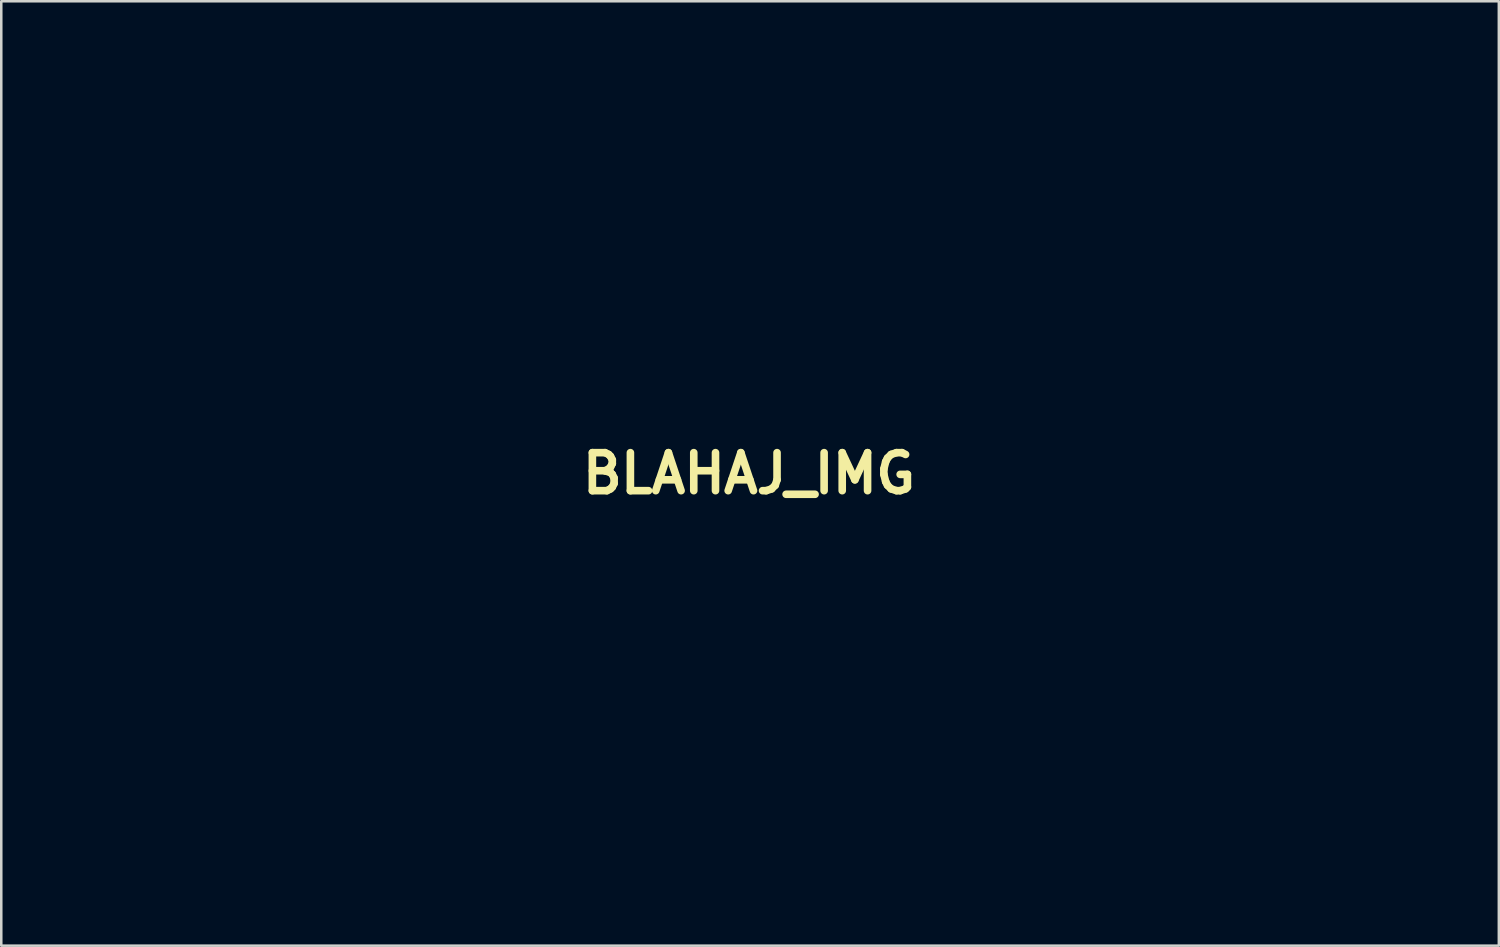
<source format=kicad_pcb>
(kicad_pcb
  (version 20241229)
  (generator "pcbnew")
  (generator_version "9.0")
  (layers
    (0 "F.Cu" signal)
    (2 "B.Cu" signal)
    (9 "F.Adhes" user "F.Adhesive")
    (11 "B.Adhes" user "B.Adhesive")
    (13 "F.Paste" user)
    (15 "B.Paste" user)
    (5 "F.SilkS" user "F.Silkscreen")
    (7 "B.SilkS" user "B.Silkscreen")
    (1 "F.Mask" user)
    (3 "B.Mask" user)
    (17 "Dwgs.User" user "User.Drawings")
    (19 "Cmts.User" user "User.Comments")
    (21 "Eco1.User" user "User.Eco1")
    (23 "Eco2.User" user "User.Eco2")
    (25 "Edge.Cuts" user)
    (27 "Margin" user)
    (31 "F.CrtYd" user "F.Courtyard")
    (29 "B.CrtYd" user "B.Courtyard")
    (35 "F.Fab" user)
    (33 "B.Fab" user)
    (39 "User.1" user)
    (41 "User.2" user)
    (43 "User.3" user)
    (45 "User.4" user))
  (footprint "BLAHAJ_IMG"
    (layer "F.Cu")
    (at 26.501 15.631)
    (property "Reference" "BLAHAJ_IMG" (at 0 0 0) (layer "F.SilkS") (effects (font (size 1.5 1.5) (thickness 0.3))))
    (attr board_only exclude_from_pos_files exclude_from_bom)
    (fp_poly (pts (xy -22.267 -3.653) (xy -22.267 -2.039) (xy -22.818 -2.039) (xy -23.368 -2.039) (xy -23.368 -3.653) (xy -23.368 -5.267) (xy -22.818 -5.267) (xy -22.267 -5.267)) (stroke (width 0) (type solid)) (fill yes) (layer "F.Mask"))
    (fp_poly (pts (xy -15.557 2.056) (xy -15.028 2.081) (xy -15.003 2.612) (xy -14.978 3.143) (xy -15.532 3.143) (xy -16.087 3.143) (xy -16.087 2.587) (xy -16.087 2.031)) (stroke (width 0) (type solid)) (fill yes) (layer "F.Mask"))
    (fp_poly (pts (xy -10.922 -5.734) (xy -10.922 -5.182) (xy -11.43 -5.182) (xy -11.938 -5.182) (xy -11.938 -5.734) (xy -11.938 -6.286) (xy -11.43 -6.286) (xy -10.922 -6.286)) (stroke (width 0) (type solid)) (fill yes) (layer "F.Mask"))
    (fp_poly (pts (xy -8.805 7.815) (xy -8.805 8.325) (xy -9.313 8.325) (xy -9.821 8.325) (xy -9.821 7.815) (xy -9.821 7.306) (xy -9.313 7.306) (xy -8.805 7.306)) (stroke (width 0) (type solid)) (fill yes) (layer "F.Mask"))
    (fp_poly (pts (xy -2.54 6.796) (xy -2.54 7.306) (xy -5.122 7.306) (xy -7.705 7.306) (xy -7.705 6.796) (xy -7.705 6.286) (xy -5.122 6.286) (xy -2.54 6.286)) (stroke (width 0) (type solid)) (fill yes) (layer "F.Mask"))
    (fp_poly (pts (xy 0.508 -11.978) (xy 0.508 -11.468) (xy 0 -11.468) (xy -0.508 -11.468) (xy -0.508 -11.978) (xy -0.508 -12.488) (xy 0 -12.488) (xy 0.508 -12.488)) (stroke (width 0) (type solid)) (fill yes) (layer "F.Mask"))
    (fp_poly (pts (xy 16.154 6.775) (xy 16.129 7.263) (xy 14.076 7.286) (xy 12.023 7.309) (xy 12.023 6.797) (xy 12.023 6.286) (xy 14.101 6.286) (xy 16.18 6.286)) (stroke (width 0) (type solid)) (fill yes) (layer "F.Mask"))
    (fp_poly (pts (xy 23.453 5.777) (xy 23.453 6.286) (xy 22.945 6.286) (xy 22.437 6.286) (xy 22.437 5.777) (xy 22.437 5.267) (xy 22.945 5.267) (xy 23.453 5.267)) (stroke (width 0) (type solid)) (fill yes) (layer "F.Mask"))
    (fp_poly (pts (xy 19.791 8.341) (xy 20.278 8.368) (xy 20.278 8.877) (xy 20.278 9.387) (xy 19.851 9.412) (xy 19.595 9.415) (xy 19.412 9.396) (xy 19.364 9.377) (xy 19.332 9.265) (xy 19.31 9.038) (xy 19.304 8.816) (xy 19.304 8.315)) (stroke (width 0) (type solid)) (fill yes) (layer "F.Mask"))
    (fp_poly (pts (xy -16.312 1.025) (xy -16.159 1.051) (xy -16.094 1.113) (xy -16.08 1.211) (xy -16.064 1.454) (xy -16.049 1.614) (xy -16.043 1.835) (xy -16.109 1.964) (xy -16.277 2.023) (xy -16.58 2.039) (xy -16.604 2.039) (xy -17.103 2.039) (xy -17.103 1.529) (xy -17.103 1.019) (xy -16.595 1.019)) (stroke (width 0) (type solid)) (fill yes) (layer "F.Mask"))
    (fp_poly (pts (xy -1.524 -14.106) (xy -1.524 -13.592) (xy -1.016 -13.592) (xy -0.508 -13.592) (xy -0.508 -13.04) (xy -0.508 -12.488) (xy -1.016 -12.488) (xy -1.524 -12.488) (xy -1.524 -12.993) (xy -1.524 -13.499) (xy -2.053 -13.524) (xy -2.582 -13.549) (xy -2.582 -14.059) (xy -2.582 -14.569) (xy -2.053 -14.594) (xy -1.524 -14.619)) (stroke (width 0) (type solid)) (fill yes) (layer "F.Mask"))
    (fp_poly (pts (xy 22.352 6.796) (xy 22.352 7.306) (xy 21.844 7.306) (xy 21.336 7.306) (xy 21.336 7.815) (xy 21.336 8.325) (xy 20.828 8.325) (xy 20.32 8.325) (xy 20.32 7.815) (xy 20.32 7.306) (xy 20.828 7.306) (xy 21.336 7.306) (xy 21.336 6.796) (xy 21.336 6.286) (xy 21.844 6.286) (xy 22.352 6.286)) (stroke (width 0) (type solid)) (fill yes) (layer "F.Mask"))
    (fp_poly (pts (xy 24.469 -1.533) (xy 24.469 -1.019) (xy 24.977 -1.019) (xy 25.485 -1.019) (xy 25.485 -0.51) (xy 25.485 0) (xy 24.977 0) (xy 24.469 0) (xy 24.469 -0.506) (xy 24.469 -1.011) (xy 23.949 -1.037) (xy 23.429 -1.062) (xy 23.429 -1.529) (xy 23.429 -1.996) (xy 23.949 -2.022) (xy 24.469 -2.047)) (stroke (width 0) (type solid)) (fill yes) (layer "F.Mask"))
    (fp_poly (pts (xy -6.706 8.845) (xy -6.696 9.116) (xy -6.716 9.264) (xy -6.788 9.334) (xy -6.933 9.372) (xy -6.949 9.376) (xy -7.157 9.4) (xy -7.477 9.419) (xy -7.848 9.429) (xy -7.972 9.429) (xy -8.364 9.422) (xy -8.612 9.397) (xy -8.741 9.35) (xy -8.771 9.312) (xy -8.792 9.162) (xy -8.795 8.915) (xy -8.789 8.782) (xy -8.763 8.368) (xy -7.747 8.368) (xy -6.731 8.368)) (stroke (width 0) (type solid)) (fill yes) (layer "F.Mask"))
    (fp_poly (pts (xy -17.103 0.51) (xy -17.103 1.019) (xy -18.669 1.019) (xy -20.235 1.019) (xy -20.235 1.529) (xy -20.235 2.039) (xy -20.743 2.039) (xy -21.069 2.055) (xy -21.235 2.104) (xy -21.261 2.145) (xy -21.268 2.288) (xy -21.278 2.531) (xy -21.282 2.676) (xy -21.294 3.101) (xy -21.823 3.126) (xy -22.352 3.151) (xy -22.352 2.595) (xy -22.352 2.039) (xy -21.844 2.039) (xy -21.336 2.039) (xy -21.336 1.529) (xy -21.336 1.019) (xy -20.786 1.019) (xy -20.235 1.019) (xy -20.235 0.51) (xy -20.235 0) (xy -18.669 0) (xy -17.103 0)) (stroke (width 0) (type solid)) (fill yes) (layer "F.Mask"))
    (fp_poly (pts (xy 13.039 3.629) (xy 13.039 4.163) (xy 13.595 4.163) (xy 14.152 4.163) (xy 14.135 3.717) (xy 14.127 3.447) (xy 14.126 3.246) (xy 14.129 3.184) (xy 14.212 3.138) (xy 14.418 3.109) (xy 14.626 3.103) (xy 15.113 3.108) (xy 15.137 4.188) (xy 15.16 5.267) (xy 13.589 5.267) (xy 13.007 5.264) (xy 12.575 5.255) (xy 12.274 5.239) (xy 12.087 5.213) (xy 11.993 5.178) (xy 11.975 5.156) (xy 11.96 5.03) (xy 11.951 4.773) (xy 11.95 4.425) (xy 11.956 4.072) (xy 11.98 3.101) (xy 12.509 3.098) (xy 13.039 3.095)) (stroke (width 0) (type solid)) (fill yes) (layer "F.Mask"))
    (fp_poly (pts (xy -8.789 13.019) (xy -8.763 13.465) (xy -8.255 13.507) (xy -7.747 13.549) (xy -7.722 14.08) (xy -7.697 14.611) (xy -4.61 14.611) (xy -1.524 14.611) (xy -1.524 14.054) (xy -1.524 13.497) (xy -0.529 13.523) (xy 0.466 13.549) (xy 0.491 14.08) (xy 0.516 14.611) (xy -0.504 14.611) (xy -1.524 14.611) (xy -1.524 15.121) (xy -1.524 15.631) (xy -4.61 15.631) (xy -7.696 15.631) (xy -7.722 15.142) (xy -7.747 14.654) (xy -8.276 14.629) (xy -8.805 14.603) (xy -8.805 14.098) (xy -8.805 13.592) (xy -9.313 13.592) (xy -9.821 13.592) (xy -9.821 13.082) (xy -9.821 12.573) (xy -9.317 12.573) (xy -8.814 12.573)) (stroke (width 0) (type solid)) (fill yes) (layer "F.Mask"))
    (fp_poly (pts (xy -14.429 3.094) (xy -14.012 3.126) (xy -13.987 3.644) (xy -13.962 4.163) (xy -13.458 4.163) (xy -12.954 4.163) (xy -12.954 4.671) (xy -12.954 5.179) (xy -10.351 5.202) (xy -7.747 5.224) (xy -7.735 5.713) (xy -7.723 6.201) (xy -8.772 6.201) (xy -9.821 6.201) (xy -9.821 6.754) (xy -9.821 7.306) (xy -10.329 7.306) (xy -10.837 7.306) (xy -10.837 6.796) (xy -10.837 6.286) (xy -11.896 6.286) (xy -12.954 6.286) (xy -12.954 5.734) (xy -12.954 5.182) (xy -13.462 5.182) (xy -13.97 5.182) (xy -13.97 4.672) (xy -13.97 4.163) (xy -14.478 4.163) (xy -14.759 4.159) (xy -14.912 4.134) (xy -14.976 4.071) (xy -14.992 3.952) (xy -14.993 3.929) (xy -15.005 3.653) (xy -15.017 3.457) (xy -14.999 3.244) (xy -14.89 3.126) (xy -14.664 3.085)) (stroke (width 0) (type solid)) (fill yes) (layer "F.Mask"))
    (fp_poly (pts (xy -23.869 -2.022) (xy -23.355 -1.996) (xy -23.355 -1.019) (xy -23.355 -0.042) (xy -23.869 -0.017) (xy -24.384 0.008) (xy -24.384 1.066) (xy -24.384 2.124) (xy -24.892 2.124) (xy -25.4 2.124) (xy -25.4 3.143) (xy -25.4 4.163) (xy -24.384 4.163) (xy -23.368 4.163) (xy -23.368 3.624) (xy -23.368 3.085) (xy -22.966 3.106) (xy -22.704 3.12) (xy -22.507 3.132) (xy -22.458 3.135) (xy -22.391 3.216) (xy -22.357 3.452) (xy -22.352 3.653) (xy -22.352 4.163) (xy -22.86 4.163) (xy -23.368 4.163) (xy -23.368 4.672) (xy -23.368 5.182) (xy -24.934 5.182) (xy -26.501 5.182) (xy -26.501 3.653) (xy -26.501 2.124) (xy -25.95 2.124) (xy -25.4 2.124) (xy -25.4 1.062) (xy -25.4 0) (xy -24.892 0) (xy -24.384 0) (xy -24.384 -1.023) (xy -24.384 -2.047)) (stroke (width 0) (type solid)) (fill yes) (layer "F.Mask"))
    (fp_poly (pts (xy -1.524 8.368) (xy -1.524 9.429) (xy -2.032 9.429) (xy -2.54 9.429) (xy -2.54 9.939) (xy -2.54 10.449) (xy -3.044 10.449) (xy -3.548 10.449) (xy -3.573 10.979) (xy -3.598 11.508) (xy -4.064 11.512) (xy -4.412 11.517) (xy -4.822 11.526) (xy -5.101 11.534) (xy -5.673 11.553) (xy -5.673 12.063) (xy -5.673 12.573) (xy -7.243 12.573) (xy -8.813 12.573) (xy -8.788 12.042) (xy -8.763 11.511) (xy -7.218 11.488) (xy -5.673 11.464) (xy -5.673 10.957) (xy -5.673 10.449) (xy -6.181 10.449) (xy -6.689 10.449) (xy -6.689 9.939) (xy -6.689 9.429) (xy -5.673 9.429) (xy -4.657 9.429) (xy -4.657 9.939) (xy -4.657 10.449) (xy -4.106 10.449) (xy -3.556 10.449) (xy -3.556 9.939) (xy -3.556 9.429) (xy -3.048 9.429) (xy -2.54 9.429) (xy -2.54 8.368) (xy -2.54 7.306) (xy -2.032 7.306) (xy -1.524 7.306)) (stroke (width 0) (type solid)) (fill yes) (layer "F.Mask"))
    (fp_poly (pts (xy -2.54 -15.121) (xy -2.54 -14.611) (xy -3.556 -14.611) (xy -4.572 -14.611) (xy -4.572 -12.53) (xy -4.572 -10.449) (xy -4.064 -10.449) (xy -3.556 -10.449) (xy -3.556 -7.815) (xy -3.556 -5.182) (xy -4.06 -5.182) (xy -4.564 -5.182) (xy -4.589 -4.693) (xy -4.614 -4.205) (xy -5.648 -4.181) (xy -6.681 -4.157) (xy -6.706 -3.629) (xy -6.731 -3.101) (xy -8.276 -3.085) (xy -9.821 -3.069) (xy -9.821 -3.616) (xy -9.821 -4.163) (xy -10.372 -4.163) (xy -10.922 -4.163) (xy -10.922 -4.672) (xy -10.922 -5.182) (xy -10.372 -5.182) (xy -9.821 -5.182) (xy -9.821 -4.672) (xy -9.821 -4.163) (xy -8.255 -4.163) (xy -6.689 -4.163) (xy -6.689 -4.672) (xy -6.689 -5.182) (xy -5.673 -5.182) (xy -4.657 -5.182) (xy -4.657 -7.815) (xy -4.657 -10.449) (xy -5.165 -10.449) (xy -5.673 -10.449) (xy -5.673 -13.04) (xy -5.673 -15.631) (xy -4.106 -15.631) (xy -2.54 -15.631)) (stroke (width 0) (type solid)) (fill yes) (layer "F.Mask"))
    (fp_poly (pts (xy 1.609 -10.959) (xy 1.609 -10.449) (xy 2.117 -10.449) (xy 2.625 -10.449) (xy 2.625 -9.387) (xy 2.625 -8.325) (xy 3.133 -8.325) (xy 3.641 -8.325) (xy 3.641 -7.306) (xy 3.641 -6.286) (xy 7.281 -6.286) (xy 10.922 -6.286) (xy 10.922 -5.734) (xy 10.922 -5.182) (xy 14.563 -5.182) (xy 18.203 -5.182) (xy 18.203 -4.672) (xy 18.203 -4.163) (xy 20.273 -4.163) (xy 22.344 -4.163) (xy 22.369 -3.674) (xy 22.394 -3.186) (xy 22.924 -3.16) (xy 23.453 -3.135) (xy 23.453 -2.587) (xy 23.453 -2.039) (xy 22.959 -2.039) (xy 22.683 -2.048) (xy 22.48 -2.071) (xy 22.408 -2.095) (xy 22.377 -2.205) (xy 22.357 -2.429) (xy 22.352 -2.626) (xy 22.352 -3.101) (xy 20.299 -3.101) (xy 18.246 -3.101) (xy 18.22 -3.632) (xy 18.195 -4.163) (xy 14.559 -4.163) (xy 10.922 -4.163) (xy 10.922 -4.671) (xy 10.922 -5.18) (xy 7.303 -5.202) (xy 3.683 -5.224) (xy 3.658 -5.709) (xy 3.632 -6.193) (xy 3.15 -6.218) (xy 2.667 -6.244) (xy 2.643 -7.28) (xy 2.62 -8.317) (xy 2.109 -8.342) (xy 1.598 -8.368) (xy 1.582 -9.387) (xy 1.566 -10.406) (xy 1.037 -10.432) (xy 0.508 -10.457) (xy 0.508 -10.963) (xy 0.508 -11.468) (xy 1.058 -11.468) (xy 1.609 -11.468)) (stroke (width 0) (type solid)) (fill yes) (layer "F.Mask"))
    (fp_poly (pts (xy 26.585 1.015) (xy 26.585 2.031) (xy 26.056 2.056) (xy 25.527 2.081) (xy 25.503 3.122) (xy 25.479 4.163) (xy 24.974 4.163) (xy 24.469 4.163) (xy 24.469 4.672) (xy 24.469 5.182) (xy 23.961 5.182) (xy 23.453 5.182) (xy 23.453 4.672) (xy 23.453 4.163) (xy 22.394 4.163) (xy 21.336 4.163) (xy 21.336 4.672) (xy 21.336 5.182) (xy 19.77 5.182) (xy 18.203 5.182) (xy 18.203 5.692) (xy 18.203 6.201) (xy 17.187 6.201) (xy 16.171 6.201) (xy 16.171 5.692) (xy 16.171 5.182) (xy 17.183 5.182) (xy 18.195 5.182) (xy 18.22 4.693) (xy 18.246 4.205) (xy 19.791 4.182) (xy 21.336 4.159) (xy 21.336 3.927) (xy 23.442 3.927) (xy 23.444 4.087) (xy 23.445 4.099) (xy 23.526 4.132) (xy 23.73 4.156) (xy 23.961 4.163) (xy 24.469 4.163) (xy 24.469 3.632) (xy 24.469 3.101) (xy 23.997 3.114) (xy 23.733 3.126) (xy 23.55 3.143) (xy 23.496 3.157) (xy 23.479 3.247) (xy 23.462 3.446) (xy 23.449 3.693) (xy 23.442 3.927) (xy 21.336 3.927) (xy 21.336 3.651) (xy 21.336 3.143) (xy 22.394 3.143) (xy 23.453 3.143) (xy 23.453 2.591) (xy 23.453 2.039) (xy 23.961 2.039) (xy 24.469 2.039) (xy 24.469 1.529) (xy 24.469 1.019) (xy 24.977 1.019) (xy 25.485 1.019) (xy 25.485 0.51) (xy 25.485 0) (xy 26.035 0) (xy 26.585 0)) (stroke (width 0) (type solid)) (fill yes) (layer "F.Mask"))
    (fp_poly (pts (xy -22.352 -10.963) (xy -22.352 -10.457) (xy -21.823 -10.432) (xy -21.294 -10.406) (xy -21.294 -9.906) (xy -21.294 -9.405) (xy -20.786 -9.396) (xy -20.278 -9.387) (xy -20.252 -8.856) (xy -20.227 -8.325) (xy -19.723 -8.325) (xy -19.219 -8.325) (xy -19.219 -7.815) (xy -19.219 -7.306) (xy -18.711 -7.306) (xy -18.203 -7.306) (xy -18.203 -6.8) (xy -18.203 -6.294) (xy -17.674 -6.269) (xy -17.145 -6.244) (xy -17.12 -5.713) (xy -17.095 -5.182) (xy -16.591 -5.182) (xy -16.087 -5.182) (xy -16.087 -4.672) (xy -16.087 -4.163) (xy -15.028 -4.163) (xy -13.97 -4.163) (xy -13.97 -5.734) (xy -13.97 -7.306) (xy -12.954 -7.306) (xy -11.938 -7.306) (xy -11.938 -6.796) (xy -11.938 -6.286) (xy -12.446 -6.286) (xy -12.954 -6.286) (xy -12.954 -4.682) (xy -12.954 -3.077) (xy -14.52 -3.077) (xy -16.087 -3.076) (xy -16.087 -3.615) (xy -16.087 -4.154) (xy -16.616 -4.18) (xy -17.145 -4.205) (xy -17.17 -4.689) (xy -17.196 -5.174) (xy -17.678 -5.199) (xy -18.161 -5.224) (xy -18.186 -5.709) (xy -18.212 -6.193) (xy -18.694 -6.218) (xy -19.177 -6.244) (xy -19.202 -6.775) (xy -19.227 -7.306) (xy -19.731 -7.306) (xy -20.235 -7.306) (xy -20.235 -7.811) (xy -20.235 -8.317) (xy -20.765 -8.342) (xy -21.294 -8.368) (xy -21.319 -8.852) (xy -21.344 -9.336) (xy -21.827 -9.362) (xy -22.31 -9.387) (xy -22.335 -9.918) (xy -22.36 -10.449) (xy -23.88 -10.449) (xy -25.4 -10.449) (xy -25.4 -9.429) (xy -25.4 -8.41) (xy -24.892 -8.41) (xy -24.384 -8.41) (xy -24.384 -7.858) (xy -24.384 -7.306) (xy -23.855 -7.306) (xy -23.326 -7.305) (xy -23.341 -6.392) (xy -23.348 -6.008) (xy -23.354 -5.682) (xy -23.359 -5.455) (xy -23.362 -5.373) (xy -23.44 -5.306) (xy -23.671 -5.272) (xy -23.876 -5.267) (xy -24.384 -5.267) (xy -24.384 -6.286) (xy -24.384 -7.306) (xy -24.888 -7.306) (xy -25.392 -7.306) (xy -25.417 -7.837) (xy -25.442 -8.368) (xy -25.971 -8.393) (xy -26.501 -8.418) (xy -26.501 -9.943) (xy -26.501 -11.468) (xy -24.426 -11.468) (xy -22.352 -11.468)) (stroke (width 0) (type solid)) (fill yes) (layer "F.Mask"))
    (fp_poly (pts (xy 4.741 4.672) (xy 4.741 5.182) (xy 5.249 5.182) (xy 5.757 5.182) (xy 5.757 4.672) (xy 5.757 4.163) (xy 6.289 4.163) (xy 6.82 4.163) (xy 6.818 4.651) (xy 6.816 5.139) (xy 7.303 5.165) (xy 7.789 5.19) (xy 7.789 4.676) (xy 7.789 4.163) (xy 8.34 4.163) (xy 8.89 4.163) (xy 8.89 4.672) (xy 8.89 5.182) (xy 9.398 5.182) (xy 9.906 5.182) (xy 9.906 6.244) (xy 9.906 7.306) (xy 10.922 7.306) (xy 11.938 7.306) (xy 11.938 7.815) (xy 11.938 8.325) (xy 8.297 8.325) (xy 4.657 8.325) (xy 4.657 8.835) (xy 4.657 9.344) (xy 4.149 9.344) (xy 3.641 9.344) (xy 3.641 10.406) (xy 3.641 11.468) (xy 8.843 11.468) (xy 14.046 11.468) (xy 14.072 10.98) (xy 14.097 10.491) (xy 15.642 10.468) (xy 17.187 10.445) (xy 17.187 9.937) (xy 17.187 9.429) (xy 18.25 9.429) (xy 19.312 9.429) (xy 19.287 9.918) (xy 19.262 10.406) (xy 18.224 10.43) (xy 17.187 10.454) (xy 17.187 10.961) (xy 17.187 11.468) (xy 15.621 11.468) (xy 14.055 11.468) (xy 14.055 11.978) (xy 14.055 12.488) (xy 8.34 12.488) (xy 2.625 12.488) (xy 2.625 13.04) (xy 2.625 13.592) (xy 1.566 13.592) (xy 0.508 13.592) (xy 0.508 13.04) (xy 0.508 12.488) (xy 1.564 12.488) (xy 2.621 12.488) (xy 2.644 10.945) (xy 2.667 9.403) (xy 3.133 9.395) (xy 3.598 9.387) (xy 3.641 8.877) (xy 3.683 8.368) (xy 4.191 8.325) (xy 4.699 8.283) (xy 4.722 6.779) (xy 4.73 6.286) (xy 5.757 6.286) (xy 5.757 7.306) (xy 6.265 7.306) (xy 6.773 7.306) (xy 6.773 6.286) (xy 7.874 6.286) (xy 7.874 7.306) (xy 8.382 7.306) (xy 8.89 7.306) (xy 8.89 6.286) (xy 8.89 5.267) (xy 8.382 5.267) (xy 7.874 5.267) (xy 7.874 6.286) (xy 6.773 6.286) (xy 6.773 5.267) (xy 6.265 5.267) (xy 5.757 5.267) (xy 5.757 6.286) (xy 4.73 6.286) (xy 4.745 5.275) (xy 4.214 5.25) (xy 3.683 5.224) (xy 3.658 4.693) (xy 3.633 4.163) (xy 4.187 4.163) (xy 4.741 4.163)) (stroke (width 0) (type solid)) (fill yes) (layer "F.Mask")))
  (gr_rect
    (start -3 -3)
    (end 56.086 34.262)
    (stroke (width 0.1) (type default))
    (fill no)
    (layer "Edge.Cuts")))
</source>
